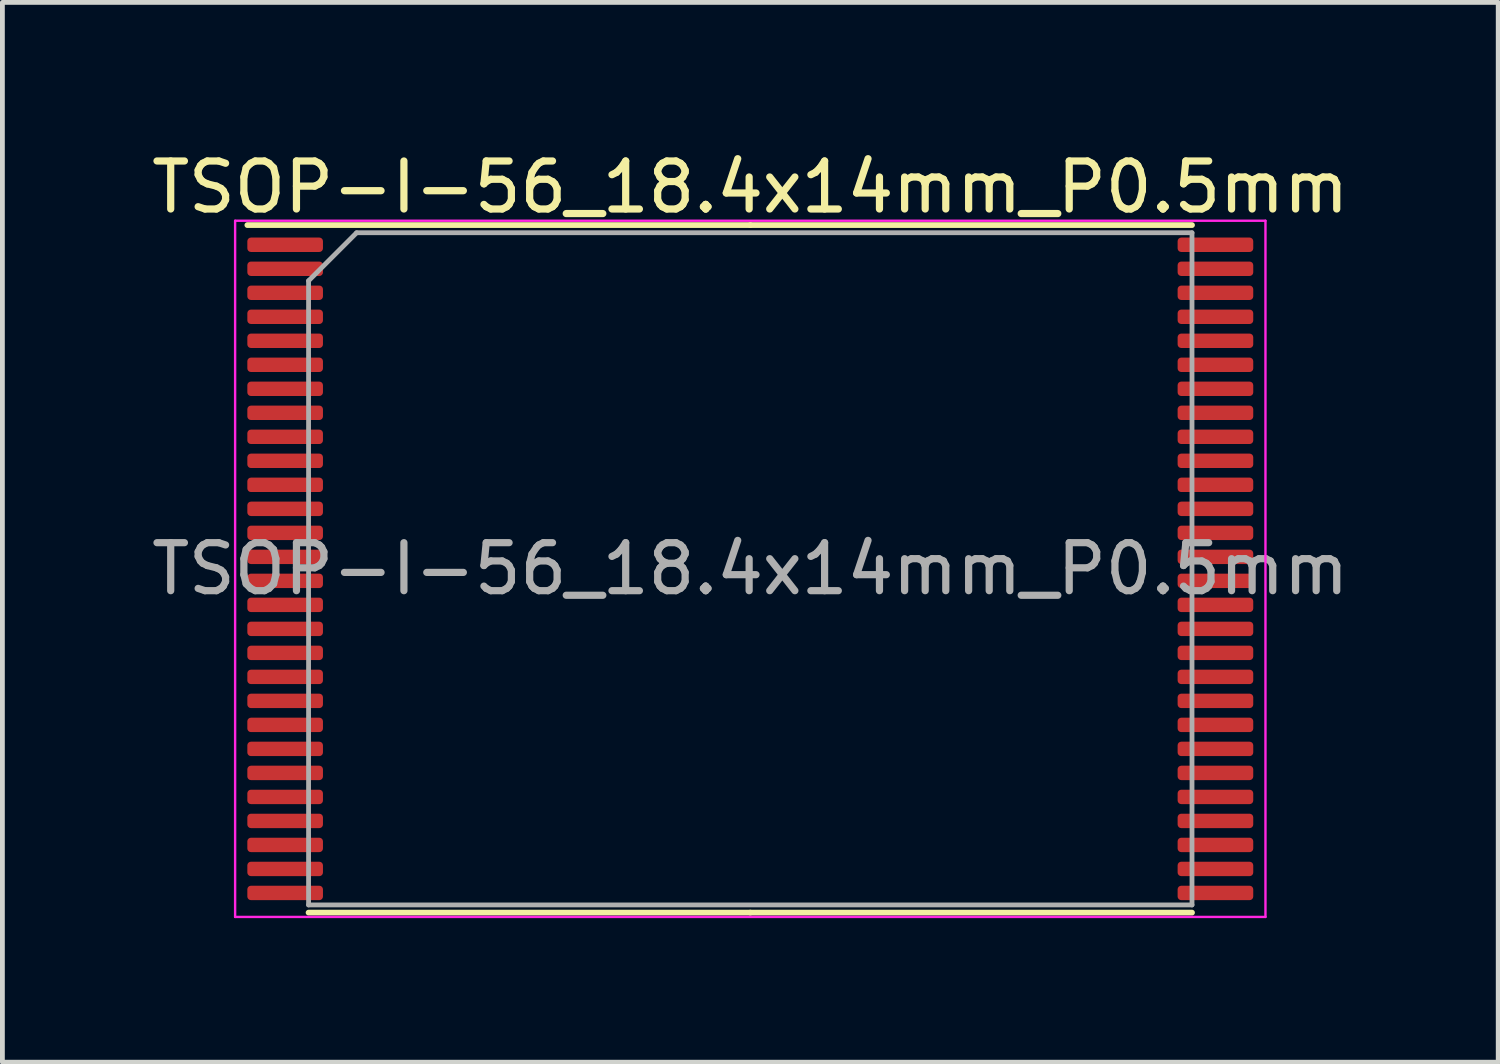
<source format=kicad_pcb>
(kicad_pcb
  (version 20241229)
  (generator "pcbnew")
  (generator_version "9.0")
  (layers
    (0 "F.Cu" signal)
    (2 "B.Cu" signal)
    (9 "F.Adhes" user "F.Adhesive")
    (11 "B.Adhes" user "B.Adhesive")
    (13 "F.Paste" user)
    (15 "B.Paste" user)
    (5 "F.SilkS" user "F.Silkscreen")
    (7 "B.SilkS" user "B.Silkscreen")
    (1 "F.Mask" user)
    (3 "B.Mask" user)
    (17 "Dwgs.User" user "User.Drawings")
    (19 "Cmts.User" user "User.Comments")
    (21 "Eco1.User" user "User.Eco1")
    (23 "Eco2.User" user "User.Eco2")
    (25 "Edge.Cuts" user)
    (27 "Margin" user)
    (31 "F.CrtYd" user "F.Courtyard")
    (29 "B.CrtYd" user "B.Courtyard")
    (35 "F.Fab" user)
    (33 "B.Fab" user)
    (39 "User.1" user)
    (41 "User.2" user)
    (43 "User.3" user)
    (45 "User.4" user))
  (footprint "TSOP-I-56_18.4x14mm_P0.5mm"
    (layer "F.Cu")
    (at 12.577 8.798)
    (property "Reference" "TSOP-I-56_18.4x14mm_P0.5mm" (at 0 -7.95 0) (layer "F.SilkS") (effects (font (size 1 1) (thickness 0.15))))
    (attr smd)
    (fp_line (start 0 -7.16) (end -10.475 -7.16) (stroke (width 0.12) (type solid)) (layer "F.SilkS"))
    (fp_line (start 0 -7.16) (end 9.2 -7.16) (stroke (width 0.12) (type solid)) (layer "F.SilkS"))
    (fp_line (start 0 7.16) (end -9.2 7.16) (stroke (width 0.12) (type solid)) (layer "F.SilkS"))
    (fp_line (start 0 7.16) (end 9.2 7.16) (stroke (width 0.12) (type solid)) (layer "F.SilkS"))
    (fp_line (start -10.73 -7.25) (end -10.73 7.25) (stroke (width 0.05) (type solid)) (layer "F.CrtYd"))
    (fp_line (start -10.73 7.25) (end 10.73 7.25) (stroke (width 0.05) (type solid)) (layer "F.CrtYd"))
    (fp_line (start 10.73 -7.25) (end -10.73 -7.25) (stroke (width 0.05) (type solid)) (layer "F.CrtYd"))
    (fp_line (start 10.73 7.25) (end 10.73 -7.25) (stroke (width 0.05) (type solid)) (layer "F.CrtYd"))
    (fp_line (start -9.2 -6) (end -8.2 -7) (stroke (width 0.1) (type solid)) (layer "F.Fab"))
    (fp_line (start -9.2 7) (end -9.2 -6) (stroke (width 0.1) (type solid)) (layer "F.Fab"))
    (fp_line (start -8.2 -7) (end 9.2 -7) (stroke (width 0.1) (type solid)) (layer "F.Fab"))
    (fp_line (start 9.2 -7) (end 9.2 7) (stroke (width 0.1) (type solid)) (layer "F.Fab"))
    (fp_line (start 9.2 7) (end -9.2 7) (stroke (width 0.1) (type solid)) (layer "F.Fab"))
    (fp_text user "${REFERENCE}" (at 0 0 0) (layer "F.Fab") (effects (font (size 1 1) (thickness 0.15))))
    (pad "1" smd roundrect (at -9.688 -6.75) (size 1.575 0.3) (layers "F.Cu" "F.Mask" "F.Paste") (roundrect_rratio 0.25))
    (pad "2" smd roundrect (at -9.688 -6.25) (size 1.575 0.3) (layers "F.Cu" "F.Mask" "F.Paste") (roundrect_rratio 0.25))
    (pad "3" smd roundrect (at -9.688 -5.75) (size 1.575 0.3) (layers "F.Cu" "F.Mask" "F.Paste") (roundrect_rratio 0.25))
    (pad "4" smd roundrect (at -9.688 -5.25) (size 1.575 0.3) (layers "F.Cu" "F.Mask" "F.Paste") (roundrect_rratio 0.25))
    (pad "5" smd roundrect (at -9.688 -4.75) (size 1.575 0.3) (layers "F.Cu" "F.Mask" "F.Paste") (roundrect_rratio 0.25))
    (pad "6" smd roundrect (at -9.688 -4.25) (size 1.575 0.3) (layers "F.Cu" "F.Mask" "F.Paste") (roundrect_rratio 0.25))
    (pad "7" smd roundrect (at -9.688 -3.75) (size 1.575 0.3) (layers "F.Cu" "F.Mask" "F.Paste") (roundrect_rratio 0.25))
    (pad "8" smd roundrect (at -9.688 -3.25) (size 1.575 0.3) (layers "F.Cu" "F.Mask" "F.Paste") (roundrect_rratio 0.25))
    (pad "9" smd roundrect (at -9.688 -2.75) (size 1.575 0.3) (layers "F.Cu" "F.Mask" "F.Paste") (roundrect_rratio 0.25))
    (pad "10" smd roundrect (at -9.688 -2.25) (size 1.575 0.3) (layers "F.Cu" "F.Mask" "F.Paste") (roundrect_rratio 0.25))
    (pad "11" smd roundrect (at -9.688 -1.75) (size 1.575 0.3) (layers "F.Cu" "F.Mask" "F.Paste") (roundrect_rratio 0.25))
    (pad "12" smd roundrect (at -9.688 -1.25) (size 1.575 0.3) (layers "F.Cu" "F.Mask" "F.Paste") (roundrect_rratio 0.25))
    (pad "13" smd roundrect (at -9.688 -0.75) (size 1.575 0.3) (layers "F.Cu" "F.Mask" "F.Paste") (roundrect_rratio 0.25))
    (pad "14" smd roundrect (at -9.688 -0.25) (size 1.575 0.3) (layers "F.Cu" "F.Mask" "F.Paste") (roundrect_rratio 0.25))
    (pad "15" smd roundrect (at -9.688 0.25) (size 1.575 0.3) (layers "F.Cu" "F.Mask" "F.Paste") (roundrect_rratio 0.25))
    (pad "16" smd roundrect (at -9.688 0.75) (size 1.575 0.3) (layers "F.Cu" "F.Mask" "F.Paste") (roundrect_rratio 0.25))
    (pad "17" smd roundrect (at -9.688 1.25) (size 1.575 0.3) (layers "F.Cu" "F.Mask" "F.Paste") (roundrect_rratio 0.25))
    (pad "18" smd roundrect (at -9.688 1.75) (size 1.575 0.3) (layers "F.Cu" "F.Mask" "F.Paste") (roundrect_rratio 0.25))
    (pad "19" smd roundrect (at -9.688 2.25) (size 1.575 0.3) (layers "F.Cu" "F.Mask" "F.Paste") (roundrect_rratio 0.25))
    (pad "20" smd roundrect (at -9.688 2.75) (size 1.575 0.3) (layers "F.Cu" "F.Mask" "F.Paste") (roundrect_rratio 0.25))
    (pad "21" smd roundrect (at -9.688 3.25) (size 1.575 0.3) (layers "F.Cu" "F.Mask" "F.Paste") (roundrect_rratio 0.25))
    (pad "22" smd roundrect (at -9.688 3.75) (size 1.575 0.3) (layers "F.Cu" "F.Mask" "F.Paste") (roundrect_rratio 0.25))
    (pad "23" smd roundrect (at -9.688 4.25) (size 1.575 0.3) (layers "F.Cu" "F.Mask" "F.Paste") (roundrect_rratio 0.25))
    (pad "24" smd roundrect (at -9.688 4.75) (size 1.575 0.3) (layers "F.Cu" "F.Mask" "F.Paste") (roundrect_rratio 0.25))
    (pad "25" smd roundrect (at -9.688 5.25) (size 1.575 0.3) (layers "F.Cu" "F.Mask" "F.Paste") (roundrect_rratio 0.25))
    (pad "26" smd roundrect (at -9.688 5.75) (size 1.575 0.3) (layers "F.Cu" "F.Mask" "F.Paste") (roundrect_rratio 0.25))
    (pad "27" smd roundrect (at -9.688 6.25) (size 1.575 0.3) (layers "F.Cu" "F.Mask" "F.Paste") (roundrect_rratio 0.25))
    (pad "28" smd roundrect (at -9.688 6.75) (size 1.575 0.3) (layers "F.Cu" "F.Mask" "F.Paste") (roundrect_rratio 0.25))
    (pad "29" smd roundrect (at 9.688 6.75) (size 1.575 0.3) (layers "F.Cu" "F.Mask" "F.Paste") (roundrect_rratio 0.25))
    (pad "30" smd roundrect (at 9.688 6.25) (size 1.575 0.3) (layers "F.Cu" "F.Mask" "F.Paste") (roundrect_rratio 0.25))
    (pad "31" smd roundrect (at 9.688 5.75) (size 1.575 0.3) (layers "F.Cu" "F.Mask" "F.Paste") (roundrect_rratio 0.25))
    (pad "32" smd roundrect (at 9.688 5.25) (size 1.575 0.3) (layers "F.Cu" "F.Mask" "F.Paste") (roundrect_rratio 0.25))
    (pad "33" smd roundrect (at 9.688 4.75) (size 1.575 0.3) (layers "F.Cu" "F.Mask" "F.Paste") (roundrect_rratio 0.25))
    (pad "34" smd roundrect (at 9.688 4.25) (size 1.575 0.3) (layers "F.Cu" "F.Mask" "F.Paste") (roundrect_rratio 0.25))
    (pad "35" smd roundrect (at 9.688 3.75) (size 1.575 0.3) (layers "F.Cu" "F.Mask" "F.Paste") (roundrect_rratio 0.25))
    (pad "36" smd roundrect (at 9.688 3.25) (size 1.575 0.3) (layers "F.Cu" "F.Mask" "F.Paste") (roundrect_rratio 0.25))
    (pad "37" smd roundrect (at 9.688 2.75) (size 1.575 0.3) (layers "F.Cu" "F.Mask" "F.Paste") (roundrect_rratio 0.25))
    (pad "38" smd roundrect (at 9.688 2.25) (size 1.575 0.3) (layers "F.Cu" "F.Mask" "F.Paste") (roundrect_rratio 0.25))
    (pad "39" smd roundrect (at 9.688 1.75) (size 1.575 0.3) (layers "F.Cu" "F.Mask" "F.Paste") (roundrect_rratio 0.25))
    (pad "40" smd roundrect (at 9.688 1.25) (size 1.575 0.3) (layers "F.Cu" "F.Mask" "F.Paste") (roundrect_rratio 0.25))
    (pad "41" smd roundrect (at 9.688 0.75) (size 1.575 0.3) (layers "F.Cu" "F.Mask" "F.Paste") (roundrect_rratio 0.25))
    (pad "42" smd roundrect (at 9.688 0.25) (size 1.575 0.3) (layers "F.Cu" "F.Mask" "F.Paste") (roundrect_rratio 0.25))
    (pad "43" smd roundrect (at 9.688 -0.25) (size 1.575 0.3) (layers "F.Cu" "F.Mask" "F.Paste") (roundrect_rratio 0.25))
    (pad "44" smd roundrect (at 9.688 -0.75) (size 1.575 0.3) (layers "F.Cu" "F.Mask" "F.Paste") (roundrect_rratio 0.25))
    (pad "45" smd roundrect (at 9.688 -1.25) (size 1.575 0.3) (layers "F.Cu" "F.Mask" "F.Paste") (roundrect_rratio 0.25))
    (pad "46" smd roundrect (at 9.688 -1.75) (size 1.575 0.3) (layers "F.Cu" "F.Mask" "F.Paste") (roundrect_rratio 0.25))
    (pad "47" smd roundrect (at 9.688 -2.25) (size 1.575 0.3) (layers "F.Cu" "F.Mask" "F.Paste") (roundrect_rratio 0.25))
    (pad "48" smd roundrect (at 9.688 -2.75) (size 1.575 0.3) (layers "F.Cu" "F.Mask" "F.Paste") (roundrect_rratio 0.25))
    (pad "49" smd roundrect (at 9.688 -3.25) (size 1.575 0.3) (layers "F.Cu" "F.Mask" "F.Paste") (roundrect_rratio 0.25))
    (pad "50" smd roundrect (at 9.688 -3.75) (size 1.575 0.3) (layers "F.Cu" "F.Mask" "F.Paste") (roundrect_rratio 0.25))
    (pad "51" smd roundrect (at 9.688 -4.25) (size 1.575 0.3) (layers "F.Cu" "F.Mask" "F.Paste") (roundrect_rratio 0.25))
    (pad "52" smd roundrect (at 9.688 -4.75) (size 1.575 0.3) (layers "F.Cu" "F.Mask" "F.Paste") (roundrect_rratio 0.25))
    (pad "53" smd roundrect (at 9.688 -5.25) (size 1.575 0.3) (layers "F.Cu" "F.Mask" "F.Paste") (roundrect_rratio 0.25))
    (pad "54" smd roundrect (at 9.688 -5.75) (size 1.575 0.3) (layers "F.Cu" "F.Mask" "F.Paste") (roundrect_rratio 0.25))
    (pad "55" smd roundrect (at 9.688 -6.25) (size 1.575 0.3) (layers "F.Cu" "F.Mask" "F.Paste") (roundrect_rratio 0.25))
    (pad "56" smd roundrect (at 9.688 -6.75) (size 1.575 0.3) (layers "F.Cu" "F.Mask" "F.Paste") (roundrect_rratio 0.25)))
  (gr_rect
    (start -3 -3)
    (end 28.155 19.073)
    (stroke (width 0.1) (type default))
    (fill no)
    (layer "Edge.Cuts")))
</source>
